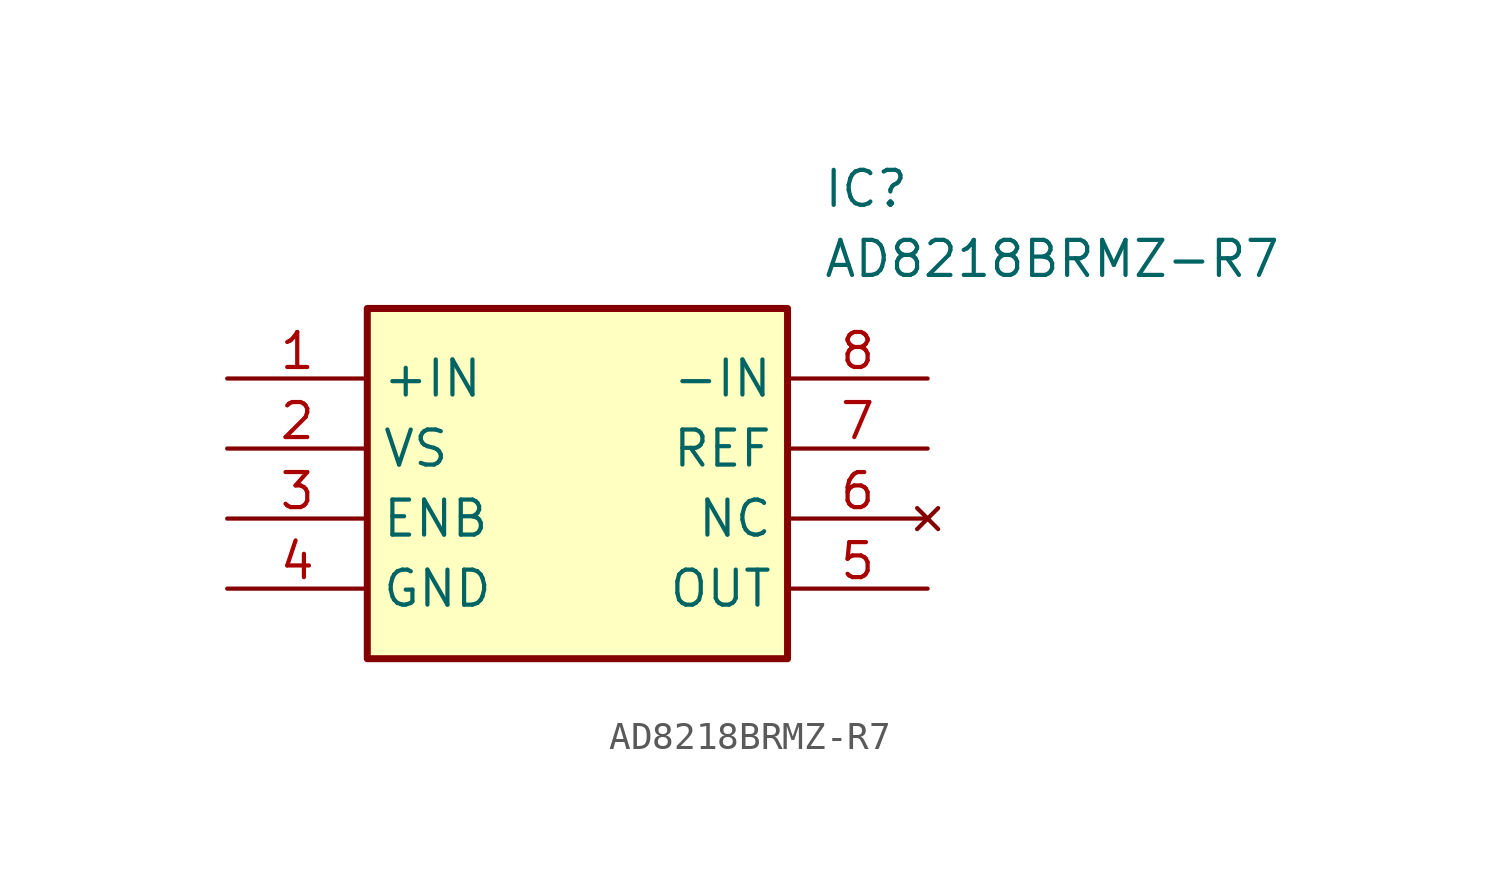
<source format=kicad_sym>
(kicad_symbol_lib
  (version 20211014)
  (generator SamacSys_ECAD_Model)
  (symbol "AD8218BRMZ-R7"
    (property "Reference" "IC"
      (at 21.59 7.62 0)
      (effects (font (size 1.27 1.27)) (justify left top)))
    (property "Value" "AD8218BRMZ-R7"
      (at 21.59 5.08 0)
      (effects (font (size 1.27 1.27)) (justify left top)))
    (rectangle
      (start 5.08 2.54)
      (end 20.32 -10.16)
      (stroke (width 0.254) (type default))
      (fill (type background)))
    (pin passive line
      (at 0 0 0)
      (length 5.08)
      (name "+IN" (effects (font (size 1.27 1.27))))
      (number "1" (effects (font (size 1.27 1.27)))))
    (pin passive line
      (at 0 -2.54 0)
      (length 5.08)
      (name "VS" (effects (font (size 1.27 1.27))))
      (number "2" (effects (font (size 1.27 1.27)))))
    (pin passive line
      (at 0 -5.08 0)
      (length 5.08)
      (name "ENB" (effects (font (size 1.27 1.27))))
      (number "3" (effects (font (size 1.27 1.27)))))
    (pin passive line
      (at 0 -7.62 0)
      (length 5.08)
      (name "GND" (effects (font (size 1.27 1.27))))
      (number "4" (effects (font (size 1.27 1.27)))))
    (pin passive line
      (at 25.4 0 180)
      (length 5.08)
      (name "-IN" (effects (font (size 1.27 1.27))))
      (number "8" (effects (font (size 1.27 1.27)))))
    (pin passive line
      (at 25.4 -2.54 180)
      (length 5.08)
      (name "REF" (effects (font (size 1.27 1.27))))
      (number "7" (effects (font (size 1.27 1.27)))))
    (pin no_connect line
      (at 25.4 -5.08 180)
      (length 5.08)
      (name "NC" (effects (font (size 1.27 1.27))))
      (number "6" (effects (font (size 1.27 1.27)))))
    (pin passive line
      (at 25.4 -7.62 180)
      (length 5.08)
      (name "OUT" (effects (font (size 1.27 1.27))))
      (number "5" (effects (font (size 1.27 1.27)))))))
</source>
